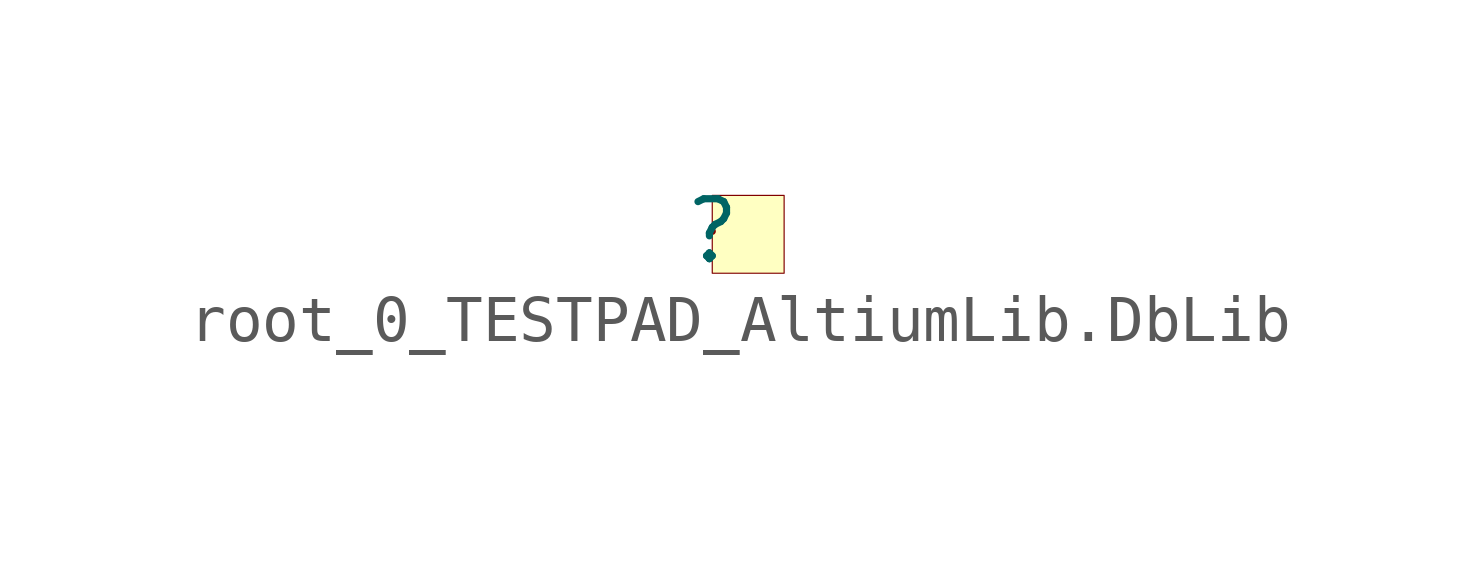
<source format=kicad_sym>
(kicad_symbol_lib
  (version 20241209)
  (generator "kicad_symbol_editor")
  (generator_version "9.0")
  (symbol "root_0_TESTPAD_AltiumLib.DbLib"
    (pin_numbers
      (hide yes))
    (pin_names
      (hide yes))
    (property "Reference" ""
      (at 0 0 0)
      (effects (font (size 1.27 1.27))))
    (property "Value" ""
      (at 0 0 0)
      (effects (font (size 1.27 1.27))))
    (symbol "root_0_TESTPAD_AltiumLib.DbLib_1_0"
      (rectangle (start 1.524 0.762) (end 0 -0.889) (stroke (width 0.025) (type solid) (color 128 0 0 1)) (fill (type background)))
      (pin passive line (at 0 0 0) (length 0) (name "1" (effects (font (size 1.27 1.27)))) (number "1" (effects (font (size 1.27 1.27))))))))
</source>
